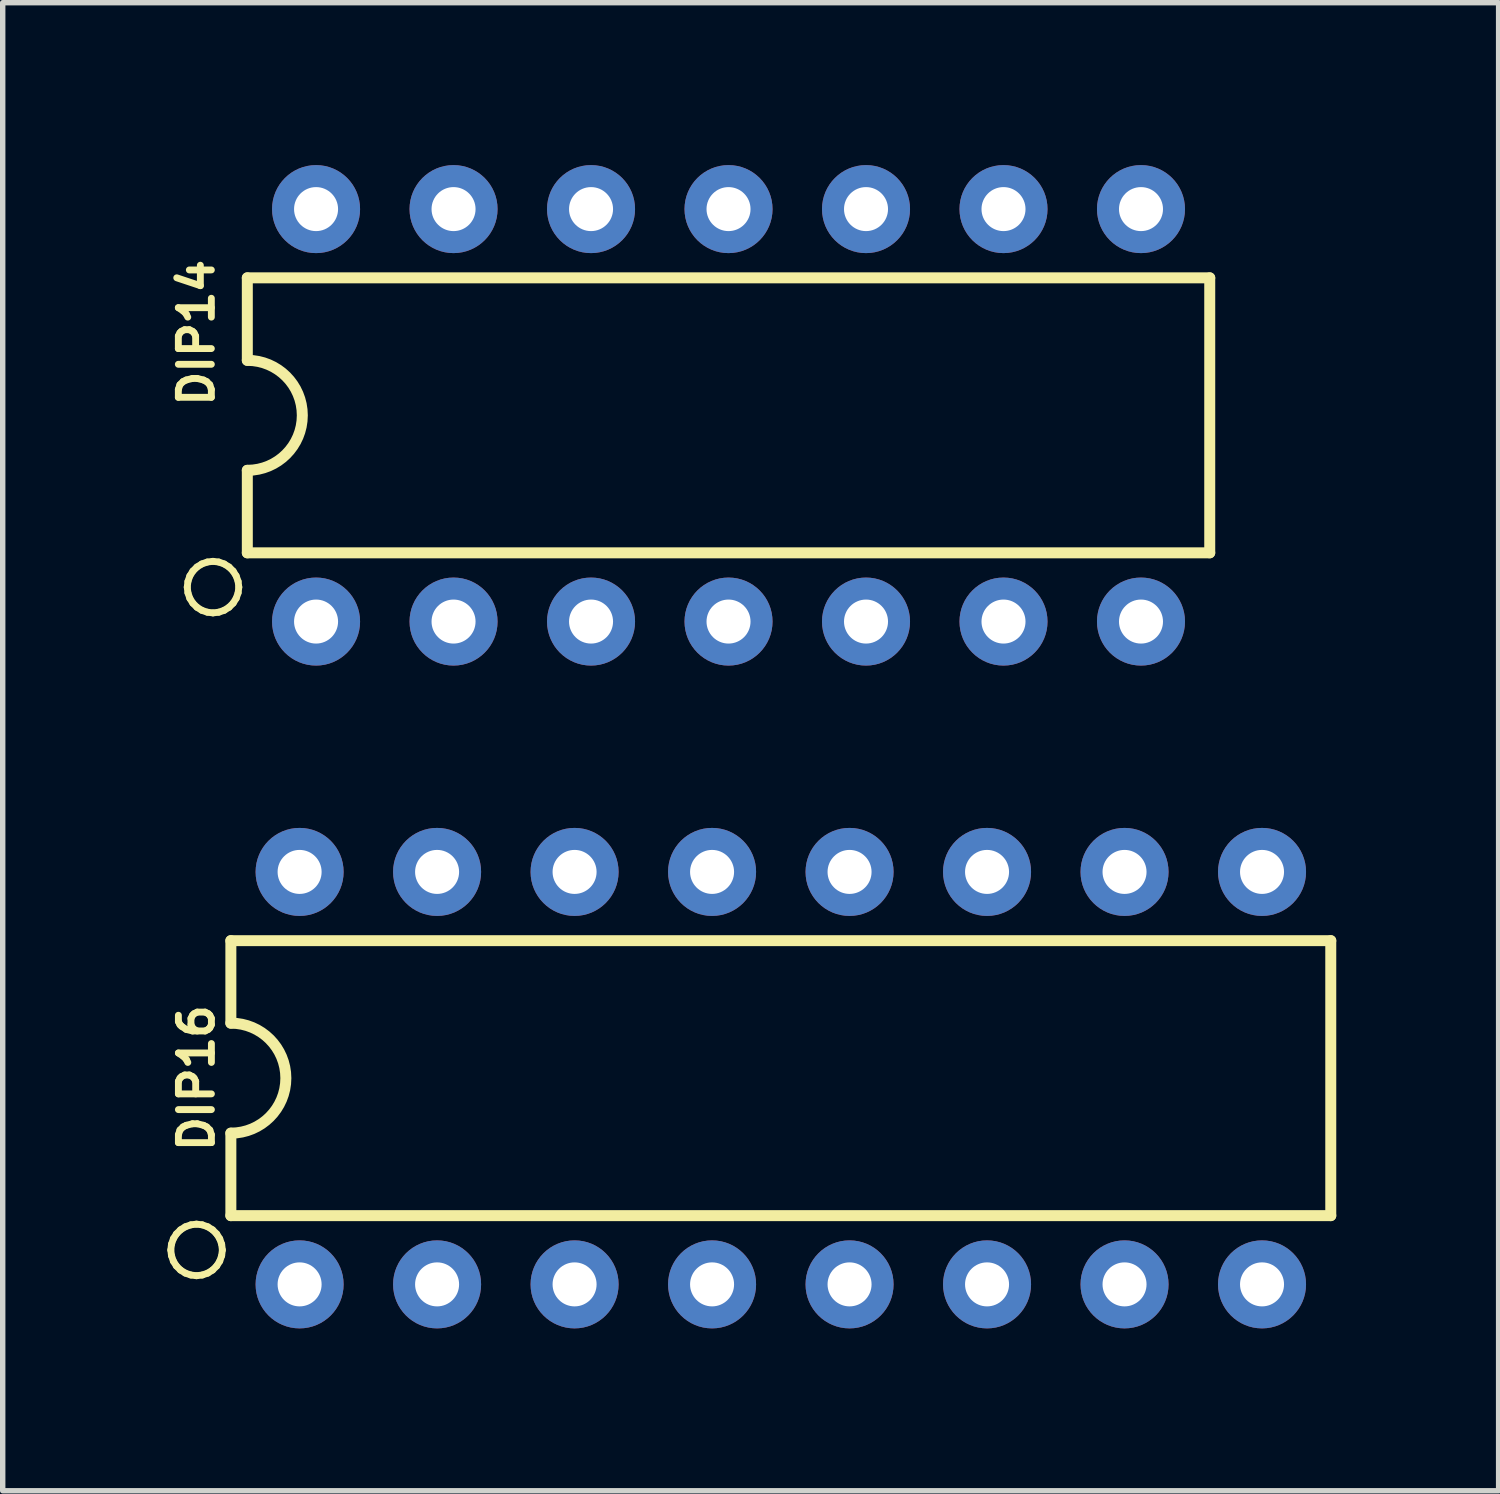
<source format=kicad_pcb>
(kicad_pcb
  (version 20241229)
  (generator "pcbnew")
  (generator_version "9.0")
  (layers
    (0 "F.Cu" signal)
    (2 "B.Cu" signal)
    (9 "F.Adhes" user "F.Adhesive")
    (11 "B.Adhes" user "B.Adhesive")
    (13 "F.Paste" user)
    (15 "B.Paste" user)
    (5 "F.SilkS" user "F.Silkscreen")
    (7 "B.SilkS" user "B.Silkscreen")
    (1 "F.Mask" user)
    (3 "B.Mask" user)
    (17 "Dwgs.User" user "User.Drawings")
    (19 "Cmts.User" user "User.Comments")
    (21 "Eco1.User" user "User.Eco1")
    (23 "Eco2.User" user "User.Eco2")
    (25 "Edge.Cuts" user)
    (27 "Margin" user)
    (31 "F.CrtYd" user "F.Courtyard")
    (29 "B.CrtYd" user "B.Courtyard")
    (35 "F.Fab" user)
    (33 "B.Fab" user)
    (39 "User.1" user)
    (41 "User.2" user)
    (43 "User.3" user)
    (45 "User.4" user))
  (footprint "DIP16"
    (layer "F.Cu")
    (at 11.375 16.868)
    (property "Reference" "DIP16" (at -10.795 0 90) (layer "F.SilkS") (effects (font (size 0.61 0.61) (thickness 0.127))))
    (attr exclude_from_pos_files exclude_from_bom)
    (fp_line (start -11.27 3.175) (end -11.257 3.068) (stroke (width 0.127) (type solid)) (layer "F.SilkS"))
    (fp_line (start -11.257 3.068) (end -11.222 2.967) (stroke (width 0.127) (type solid)) (layer "F.SilkS"))
    (fp_line (start -11.257 3.279) (end -11.27 3.175) (stroke (width 0.127) (type solid)) (layer "F.SilkS"))
    (fp_line (start -11.222 2.967) (end -11.166 2.878) (stroke (width 0.127) (type solid)) (layer "F.SilkS"))
    (fp_line (start -11.222 3.381) (end -11.257 3.279) (stroke (width 0.127) (type solid)) (layer "F.SilkS"))
    (fp_line (start -11.166 2.878) (end -11.09 2.802) (stroke (width 0.127) (type solid)) (layer "F.SilkS"))
    (fp_line (start -11.166 3.47) (end -11.222 3.381) (stroke (width 0.127) (type solid)) (layer "F.SilkS"))
    (fp_line (start -11.09 2.802) (end -11.001 2.746) (stroke (width 0.127) (type solid)) (layer "F.SilkS"))
    (fp_line (start -11.09 3.546) (end -11.166 3.47) (stroke (width 0.127) (type solid)) (layer "F.SilkS"))
    (fp_line (start -11.001 2.746) (end -10.899 2.71) (stroke (width 0.127) (type solid)) (layer "F.SilkS"))
    (fp_line (start -11.001 3.602) (end -11.09 3.546) (stroke (width 0.127) (type solid)) (layer "F.SilkS"))
    (fp_line (start -10.899 2.71) (end -10.795 2.697) (stroke (width 0.127) (type solid)) (layer "F.SilkS"))
    (fp_line (start -10.899 3.637) (end -11.001 3.602) (stroke (width 0.127) (type solid)) (layer "F.SilkS"))
    (fp_line (start -10.795 2.697) (end -10.688 2.71) (stroke (width 0.127) (type solid)) (layer "F.SilkS"))
    (fp_line (start -10.795 3.65) (end -10.899 3.637) (stroke (width 0.127) (type solid)) (layer "F.SilkS"))
    (fp_line (start -10.688 2.71) (end -10.587 2.746) (stroke (width 0.127) (type solid)) (layer "F.SilkS"))
    (fp_line (start -10.688 3.637) (end -10.795 3.65) (stroke (width 0.127) (type solid)) (layer "F.SilkS"))
    (fp_line (start -10.587 2.746) (end -10.498 2.802) (stroke (width 0.127) (type solid)) (layer "F.SilkS"))
    (fp_line (start -10.587 3.602) (end -10.688 3.637) (stroke (width 0.127) (type solid)) (layer "F.SilkS"))
    (fp_line (start -10.498 2.802) (end -10.422 2.878) (stroke (width 0.127) (type solid)) (layer "F.SilkS"))
    (fp_line (start -10.498 3.546) (end -10.587 3.602) (stroke (width 0.127) (type solid)) (layer "F.SilkS"))
    (fp_line (start -10.422 2.878) (end -10.366 2.967) (stroke (width 0.127) (type solid)) (layer "F.SilkS"))
    (fp_line (start -10.422 3.47) (end -10.498 3.546) (stroke (width 0.127) (type solid)) (layer "F.SilkS"))
    (fp_line (start -10.366 2.967) (end -10.33 3.068) (stroke (width 0.127) (type solid)) (layer "F.SilkS"))
    (fp_line (start -10.366 3.381) (end -10.422 3.47) (stroke (width 0.127) (type solid)) (layer "F.SilkS"))
    (fp_line (start -10.33 3.068) (end -10.317 3.175) (stroke (width 0.127) (type solid)) (layer "F.SilkS"))
    (fp_line (start -10.33 3.279) (end -10.366 3.381) (stroke (width 0.127) (type solid)) (layer "F.SilkS"))
    (fp_line (start -10.317 3.175) (end -10.33 3.279) (stroke (width 0.127) (type solid)) (layer "F.SilkS"))
    (fp_line (start -10.16 -2.54) (end -10.16 -1.016) (stroke (width 0.203) (type solid)) (layer "F.SilkS"))
    (fp_line (start -10.16 2.54) (end -10.16 1.016) (stroke (width 0.203) (type solid)) (layer "F.SilkS"))
    (fp_line (start -10.16 2.54) (end 10.16 2.54) (stroke (width 0.203) (type solid)) (layer "F.SilkS"))
    (fp_line (start 10.16 -2.54) (end -10.16 -2.54) (stroke (width 0.203) (type solid)) (layer "F.SilkS"))
    (fp_line (start 10.16 -2.54) (end 10.16 2.54) (stroke (width 0.203) (type solid)) (layer "F.SilkS"))
    (fp_arc (start -10.16 -1.016) (mid -9.144 0) (end -10.16 1.016) (stroke (width 0.2032) (type solid)) (layer "F.SilkS"))
    (pad "1" thru_hole circle (at -8.89 3.81) (size 1.626 1.626) (drill 0.813) (layers "*.Cu" "*.Paste" "*.Mask"))
    (pad "2" thru_hole circle (at -6.35 3.81) (size 1.626 1.626) (drill 0.813) (layers "*.Cu" "*.Paste" "*.Mask"))
    (pad "3" thru_hole circle (at -3.81 3.81) (size 1.626 1.626) (drill 0.813) (layers "*.Cu" "*.Paste" "*.Mask"))
    (pad "4" thru_hole circle (at -1.27 3.81) (size 1.626 1.626) (drill 0.813) (layers "*.Cu" "*.Paste" "*.Mask"))
    (pad "5" thru_hole circle (at 1.27 3.81) (size 1.626 1.626) (drill 0.813) (layers "*.Cu" "*.Paste" "*.Mask"))
    (pad "6" thru_hole circle (at 3.81 3.81) (size 1.626 1.626) (drill 0.813) (layers "*.Cu" "*.Paste" "*.Mask"))
    (pad "7" thru_hole circle (at 6.35 3.81) (size 1.626 1.626) (drill 0.813) (layers "*.Cu" "*.Paste" "*.Mask"))
    (pad "8" thru_hole circle (at 8.89 3.81) (size 1.626 1.626) (drill 0.813) (layers "*.Cu" "*.Paste" "*.Mask"))
    (pad "9" thru_hole circle (at 8.89 -3.81) (size 1.626 1.626) (drill 0.813) (layers "*.Cu" "*.Paste" "*.Mask"))
    (pad "10" thru_hole circle (at 6.35 -3.81) (size 1.626 1.626) (drill 0.813) (layers "*.Cu" "*.Paste" "*.Mask"))
    (pad "11" thru_hole circle (at 3.81 -3.81) (size 1.626 1.626) (drill 0.813) (layers "*.Cu" "*.Paste" "*.Mask"))
    (pad "12" thru_hole circle (at 1.27 -3.81) (size 1.626 1.626) (drill 0.813) (layers "*.Cu" "*.Paste" "*.Mask"))
    (pad "13" thru_hole circle (at -1.27 -3.81) (size 1.626 1.626) (drill 0.813) (layers "*.Cu" "*.Paste" "*.Mask"))
    (pad "14" thru_hole circle (at -3.81 -3.81) (size 1.626 1.626) (drill 0.813) (layers "*.Cu" "*.Paste" "*.Mask"))
    (pad "15" thru_hole circle (at -6.35 -3.81) (size 1.626 1.626) (drill 0.813) (layers "*.Cu" "*.Paste" "*.Mask"))
    (pad "16" thru_hole circle (at -8.89 -3.81) (size 1.626 1.626) (drill 0.813) (layers "*.Cu" "*.Paste" "*.Mask")))
  (footprint "DIP14"
    (layer "F.Cu")
    (at 10.409 4.623)
    (property "Reference" "DIP14" (at -9.83 -1.524 90) (layer "F.SilkS") (effects (font (size 0.61 0.61) (thickness 0.127))))
    (attr exclude_from_pos_files exclude_from_bom)
    (fp_line (start -10 3.175) (end -9.987 3.068) (stroke (width 0.127) (type solid)) (layer "F.SilkS"))
    (fp_line (start -9.987 3.068) (end -9.952 2.967) (stroke (width 0.127) (type solid)) (layer "F.SilkS"))
    (fp_line (start -9.987 3.279) (end -10 3.175) (stroke (width 0.127) (type solid)) (layer "F.SilkS"))
    (fp_line (start -9.952 2.967) (end -9.896 2.878) (stroke (width 0.127) (type solid)) (layer "F.SilkS"))
    (fp_line (start -9.952 3.381) (end -9.987 3.279) (stroke (width 0.127) (type solid)) (layer "F.SilkS"))
    (fp_line (start -9.896 2.878) (end -9.82 2.802) (stroke (width 0.127) (type solid)) (layer "F.SilkS"))
    (fp_line (start -9.896 3.47) (end -9.952 3.381) (stroke (width 0.127) (type solid)) (layer "F.SilkS"))
    (fp_line (start -9.82 2.802) (end -9.731 2.746) (stroke (width 0.127) (type solid)) (layer "F.SilkS"))
    (fp_line (start -9.82 3.546) (end -9.896 3.47) (stroke (width 0.127) (type solid)) (layer "F.SilkS"))
    (fp_line (start -9.731 2.746) (end -9.629 2.71) (stroke (width 0.127) (type solid)) (layer "F.SilkS"))
    (fp_line (start -9.731 3.602) (end -9.82 3.546) (stroke (width 0.127) (type solid)) (layer "F.SilkS"))
    (fp_line (start -9.629 2.71) (end -9.525 2.697) (stroke (width 0.127) (type solid)) (layer "F.SilkS"))
    (fp_line (start -9.629 3.637) (end -9.731 3.602) (stroke (width 0.127) (type solid)) (layer "F.SilkS"))
    (fp_line (start -9.525 2.697) (end -9.418 2.71) (stroke (width 0.127) (type solid)) (layer "F.SilkS"))
    (fp_line (start -9.525 3.65) (end -9.629 3.637) (stroke (width 0.127) (type solid)) (layer "F.SilkS"))
    (fp_line (start -9.418 2.71) (end -9.317 2.746) (stroke (width 0.127) (type solid)) (layer "F.SilkS"))
    (fp_line (start -9.418 3.637) (end -9.525 3.65) (stroke (width 0.127) (type solid)) (layer "F.SilkS"))
    (fp_line (start -9.317 2.746) (end -9.228 2.802) (stroke (width 0.127) (type solid)) (layer "F.SilkS"))
    (fp_line (start -9.317 3.602) (end -9.418 3.637) (stroke (width 0.127) (type solid)) (layer "F.SilkS"))
    (fp_line (start -9.228 2.802) (end -9.152 2.878) (stroke (width 0.127) (type solid)) (layer "F.SilkS"))
    (fp_line (start -9.228 3.546) (end -9.317 3.602) (stroke (width 0.127) (type solid)) (layer "F.SilkS"))
    (fp_line (start -9.152 2.878) (end -9.096 2.967) (stroke (width 0.127) (type solid)) (layer "F.SilkS"))
    (fp_line (start -9.152 3.47) (end -9.228 3.546) (stroke (width 0.127) (type solid)) (layer "F.SilkS"))
    (fp_line (start -9.096 2.967) (end -9.06 3.068) (stroke (width 0.127) (type solid)) (layer "F.SilkS"))
    (fp_line (start -9.096 3.381) (end -9.152 3.47) (stroke (width 0.127) (type solid)) (layer "F.SilkS"))
    (fp_line (start -9.06 3.068) (end -9.047 3.175) (stroke (width 0.127) (type solid)) (layer "F.SilkS"))
    (fp_line (start -9.06 3.279) (end -9.096 3.381) (stroke (width 0.127) (type solid)) (layer "F.SilkS"))
    (fp_line (start -9.047 3.175) (end -9.06 3.279) (stroke (width 0.127) (type solid)) (layer "F.SilkS"))
    (fp_line (start -8.89 -2.54) (end -8.89 -1.016) (stroke (width 0.203) (type solid)) (layer "F.SilkS"))
    (fp_line (start -8.89 2.54) (end -8.89 1.016) (stroke (width 0.203) (type solid)) (layer "F.SilkS"))
    (fp_line (start -8.89 2.54) (end 8.89 2.54) (stroke (width 0.203) (type solid)) (layer "F.SilkS"))
    (fp_line (start 8.89 -2.54) (end -8.89 -2.54) (stroke (width 0.203) (type solid)) (layer "F.SilkS"))
    (fp_line (start 8.89 -2.54) (end 8.89 2.54) (stroke (width 0.203) (type solid)) (layer "F.SilkS"))
    (fp_arc (start -8.89 -1.016) (mid -7.874 0) (end -8.89 1.016) (stroke (width 0.2032) (type solid)) (layer "F.SilkS"))
    (pad "1" thru_hole circle (at -7.62 3.81) (size 1.626 1.626) (drill 0.813) (layers "*.Cu" "*.Paste" "*.Mask"))
    (pad "2" thru_hole circle (at -5.08 3.81) (size 1.626 1.626) (drill 0.813) (layers "*.Cu" "*.Paste" "*.Mask"))
    (pad "3" thru_hole circle (at -2.54 3.81) (size 1.626 1.626) (drill 0.813) (layers "*.Cu" "*.Paste" "*.Mask"))
    (pad "4" thru_hole circle (at 0 3.81) (size 1.626 1.626) (drill 0.813) (layers "*.Cu" "*.Paste" "*.Mask"))
    (pad "5" thru_hole circle (at 2.54 3.81) (size 1.626 1.626) (drill 0.813) (layers "*.Cu" "*.Paste" "*.Mask"))
    (pad "6" thru_hole circle (at 5.08 3.81) (size 1.626 1.626) (drill 0.813) (layers "*.Cu" "*.Paste" "*.Mask"))
    (pad "7" thru_hole circle (at 7.62 3.81) (size 1.626 1.626) (drill 0.813) (layers "*.Cu" "*.Paste" "*.Mask"))
    (pad "8" thru_hole circle (at 7.62 -3.81) (size 1.626 1.626) (drill 0.813) (layers "*.Cu" "*.Paste" "*.Mask"))
    (pad "9" thru_hole circle (at 5.08 -3.81) (size 1.626 1.626) (drill 0.813) (layers "*.Cu" "*.Paste" "*.Mask"))
    (pad "10" thru_hole circle (at 2.54 -3.81) (size 1.626 1.626) (drill 0.813) (layers "*.Cu" "*.Paste" "*.Mask"))
    (pad "11" thru_hole circle (at 0 -3.81) (size 1.626 1.626) (drill 0.813) (layers "*.Cu" "*.Paste" "*.Mask"))
    (pad "12" thru_hole circle (at -2.54 -3.81) (size 1.626 1.626) (drill 0.813) (layers "*.Cu" "*.Paste" "*.Mask"))
    (pad "13" thru_hole circle (at -5.08 -3.81) (size 1.626 1.626) (drill 0.813) (layers "*.Cu" "*.Paste" "*.Mask"))
    (pad "14" thru_hole circle (at -7.62 -3.81) (size 1.626 1.626) (drill 0.813) (layers "*.Cu" "*.Paste" "*.Mask")))
  (gr_rect
    (start -3 -3)
    (end 24.636 24.491)
    (stroke (width 0.1) (type default))
    (fill no)
    (layer "Edge.Cuts")))
</source>
